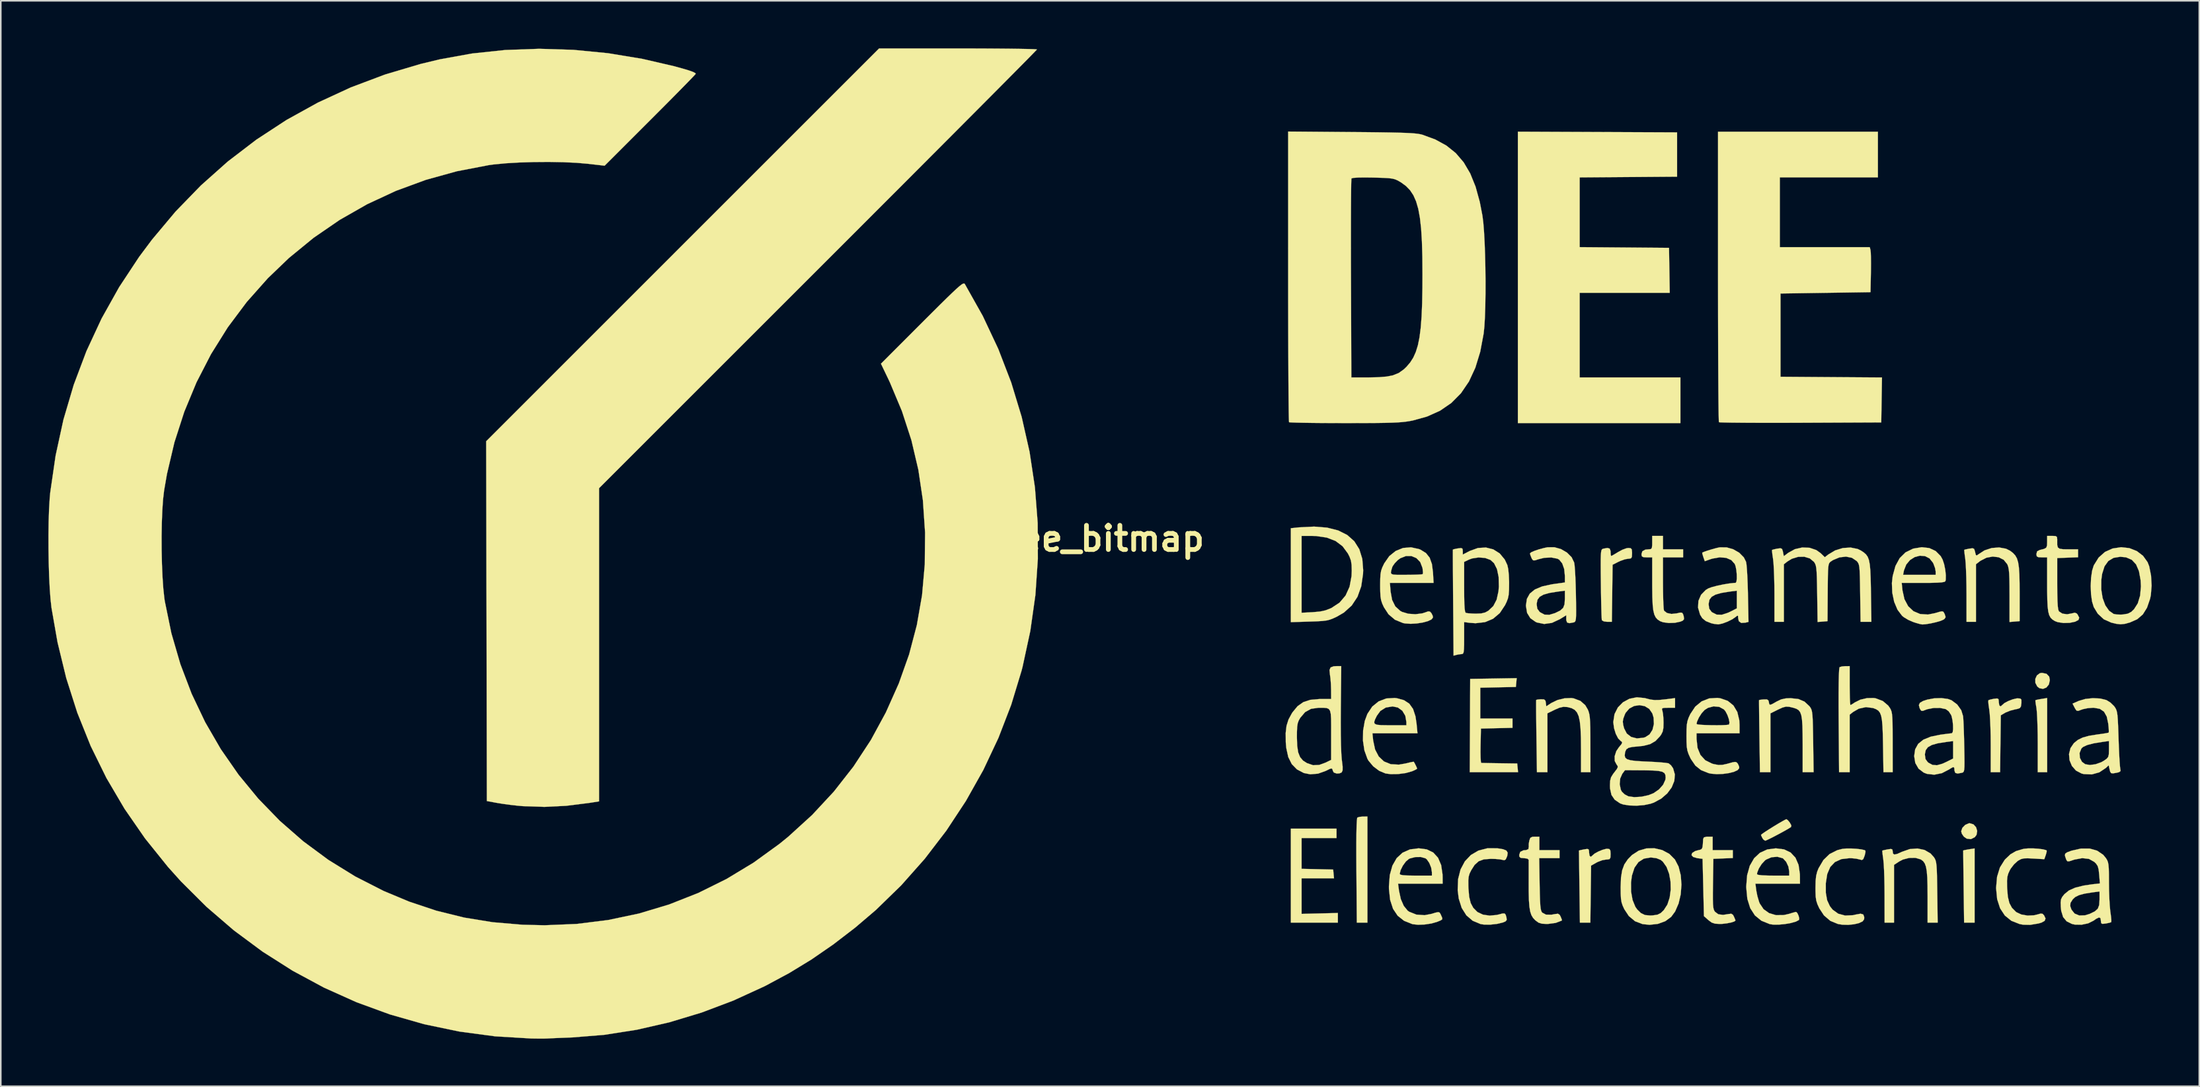
<source format=kicad_pcb>
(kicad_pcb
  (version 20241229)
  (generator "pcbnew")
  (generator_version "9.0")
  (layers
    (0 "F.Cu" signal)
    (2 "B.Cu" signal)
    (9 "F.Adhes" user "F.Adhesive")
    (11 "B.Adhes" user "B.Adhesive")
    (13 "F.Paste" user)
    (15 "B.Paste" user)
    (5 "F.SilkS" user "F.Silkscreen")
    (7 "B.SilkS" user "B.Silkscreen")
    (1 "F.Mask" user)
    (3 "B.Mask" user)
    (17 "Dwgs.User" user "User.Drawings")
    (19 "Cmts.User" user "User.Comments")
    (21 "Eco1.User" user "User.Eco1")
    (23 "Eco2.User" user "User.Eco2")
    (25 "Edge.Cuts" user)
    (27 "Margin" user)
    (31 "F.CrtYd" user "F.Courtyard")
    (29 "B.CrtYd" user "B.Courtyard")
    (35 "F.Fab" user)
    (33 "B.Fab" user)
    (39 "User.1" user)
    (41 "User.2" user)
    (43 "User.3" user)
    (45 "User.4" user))
  (footprint "dee_bitmap"
    (layer "F.Cu")
    (at 66.37 30.908)
    (property "Reference" "dee_bitmap" (at 0 0 0) (layer "F.SilkS") (effects (font (size 1.524 1.524) (thickness 0.3))))
    (attr through_hole)
    (fp_poly (pts (xy 59.566 8.527) (xy 59.733 8.703) (xy 59.775 8.922) (xy 59.714 9.2) (xy 59.558 9.391) (xy 59.347 9.477) (xy 59.122 9.435) (xy 58.983 9.328) (xy 58.862 9.096) (xy 58.86 8.845) (xy 58.96 8.626) (xy 59.146 8.489) (xy 59.278 8.467) (xy 59.566 8.527)) (stroke (width 0.01) (type solid)) (fill yes) (layer "F.SilkS"))
    (fp_poly (pts (xy 16.764 24.215) (xy 16.096 24.215) (xy 16.07 20.934) (xy 16.065 20.005) (xy 16.065 19.22) (xy 16.071 18.583) (xy 16.082 18.099) (xy 16.099 17.772) (xy 16.12 17.609) (xy 16.129 17.591) (xy 16.267 17.547) (xy 16.484 17.527) (xy 16.489 17.527) (xy 16.764 17.526) (xy 16.764 24.215)) (stroke (width 0.01) (type solid)) (fill yes) (layer "F.SilkS"))
    (fp_poly (pts (xy 36.28 -25.612) (xy 36.28 -22.818) (xy 30.141 -22.773) (xy 30.141 -18.375) (xy 32.956 -18.353) (xy 35.772 -18.33) (xy 35.795 -16.912) (xy 35.818 -15.494) (xy 30.141 -15.494) (xy 30.141 -10.16) (xy 36.491 -10.16) (xy 36.491 -7.281) (xy 26.247 -7.281) (xy 26.247 -25.655) (xy 36.28 -25.612)) (stroke (width 0.01) (type solid)) (fill yes) (layer "F.SilkS"))
    (fp_poly (pts (xy 54.962 18.021) (xy 55.125 18.201) (xy 55.196 18.438) (xy 55.155 18.68) (xy 55.048 18.825) (xy 54.799 18.952) (xy 54.536 18.92) (xy 54.356 18.796) (xy 54.229 18.612) (xy 54.187 18.457) (xy 54.26 18.241) (xy 54.44 18.054) (xy 54.667 17.954) (xy 54.724 17.949) (xy 54.962 18.021)) (stroke (width 0.01) (type solid)) (fill yes) (layer "F.SilkS"))
    (fp_poly (pts (xy 55.033 24.215) (xy 54.371 24.215) (xy 54.341 21.95) (xy 54.333 21.349) (xy 54.326 20.807) (xy 54.321 20.346) (xy 54.317 19.988) (xy 54.315 19.754) (xy 54.315 19.668) (xy 54.315 19.668) (xy 54.393 19.645) (xy 54.583 19.609) (xy 54.677 19.593) (xy 55.033 19.536) (xy 55.033 24.215)) (stroke (width 0.01) (type solid)) (fill yes) (layer "F.SilkS"))
    (fp_poly (pts (xy 14.817 18.881) (xy 12.615 18.881) (xy 12.615 20.823) (xy 13.61 20.846) (xy 14.605 20.87) (xy 14.658 21.421) (xy 12.615 21.421) (xy 12.615 22.543) (xy 12.615 23.664) (xy 13.758 23.636) (xy 14.901 23.608) (xy 14.901 24.215) (xy 11.938 24.215) (xy 11.938 18.288) (xy 14.817 18.288) (xy 14.817 18.881)) (stroke (width 0.01) (type solid)) (fill yes) (layer "F.SilkS"))
    (fp_poly (pts (xy 59.605 14.732) (xy 59.013 14.732) (xy 59.013 12.923) (xy 59.009 12.355) (xy 58.997 11.815) (xy 58.98 11.337) (xy 58.959 10.955) (xy 58.933 10.701) (xy 58.928 10.666) (xy 58.885 10.413) (xy 58.864 10.239) (xy 58.867 10.193) (xy 58.958 10.165) (xy 59.157 10.126) (xy 59.249 10.111) (xy 59.605 10.054) (xy 59.605 14.732)) (stroke (width 0.01) (type solid)) (fill yes) (layer "F.SilkS"))
    (fp_poly (pts (xy 43.265 17.759) (xy 43.388 17.913) (xy 43.391 17.918) (xy 43.481 18.084) (xy 43.466 18.179) (xy 43.422 18.215) (xy 43.226 18.334) (xy 42.954 18.487) (xy 42.646 18.654) (xy 42.341 18.814) (xy 42.078 18.946) (xy 41.895 19.031) (xy 41.836 19.05) (xy 41.729 18.984) (xy 41.659 18.886) (xy 41.589 18.739) (xy 41.571 18.683) (xy 41.639 18.623) (xy 41.816 18.5) (xy 42.068 18.337) (xy 42.357 18.156) (xy 42.649 17.979) (xy 42.907 17.829) (xy 43.094 17.727) (xy 43.171 17.695) (xy 43.265 17.759)) (stroke (width 0.01) (type solid)) (fill yes) (layer "F.SilkS"))
    (fp_poly (pts (xy 26.146 9.078) (xy 26.12 9.356) (xy 24.998 9.379) (xy 23.876 9.403) (xy 23.876 11.345) (xy 25.908 11.345) (xy 25.908 11.933) (xy 24.913 11.956) (xy 23.918 11.98) (xy 23.895 13.06) (xy 23.891 13.466) (xy 23.897 13.803) (xy 23.911 14.039) (xy 23.933 14.143) (xy 23.937 14.145) (xy 24.042 14.149) (xy 24.283 14.154) (xy 24.624 14.16) (xy 25.034 14.166) (xy 25.104 14.167) (xy 26.204 14.182) (xy 26.231 14.457) (xy 26.257 14.732) (xy 23.215 14.732) (xy 23.228 11.79) (xy 23.241 8.848) (xy 26.173 8.801) (xy 26.146 9.078)) (stroke (width 0.01) (type solid)) (fill yes) (layer "F.SilkS"))
    (fp_poly (pts (xy 32.012 19.576) (xy 32.074 19.662) (xy 32.089 19.863) (xy 32.089 19.897) (xy 32.079 20.114) (xy 32.024 20.21) (xy 31.884 20.236) (xy 31.814 20.237) (xy 31.565 20.28) (xy 31.281 20.388) (xy 31.2 20.43) (xy 30.861 20.622) (xy 30.838 22.418) (xy 30.815 24.215) (xy 30.156 24.215) (xy 30.126 21.95) (xy 30.118 21.35) (xy 30.111 20.808) (xy 30.105 20.347) (xy 30.101 19.99) (xy 30.098 19.757) (xy 30.097 19.671) (xy 30.097 19.671) (xy 30.172 19.649) (xy 30.356 19.61) (xy 30.416 19.598) (xy 30.623 19.568) (xy 30.712 19.603) (xy 30.734 19.734) (xy 30.734 19.803) (xy 30.765 20) (xy 30.842 20.067) (xy 30.943 19.986) (xy 30.946 19.98) (xy 31.079 19.865) (xy 31.31 19.737) (xy 31.575 19.627) (xy 31.809 19.564) (xy 31.874 19.558) (xy 32.012 19.576)) (stroke (width 0.01) (type solid)) (fill yes) (layer "F.SilkS"))
    (fp_poly (pts (xy 57.915 10.088) (xy 57.983 10.158) (xy 57.985 10.335) (xy 57.981 10.391) (xy 57.952 10.589) (xy 57.877 10.692) (xy 57.706 10.747) (xy 57.586 10.769) (xy 57.283 10.847) (xy 56.999 10.961) (xy 56.951 10.987) (xy 56.684 11.143) (xy 56.661 12.938) (xy 56.639 14.732) (xy 56.049 14.732) (xy 56.049 13.024) (xy 56.045 12.462) (xy 56.031 11.919) (xy 56.011 11.434) (xy 55.986 11.042) (xy 55.956 10.782) (xy 55.955 10.776) (xy 55.913 10.493) (xy 55.894 10.282) (xy 55.902 10.194) (xy 56.006 10.155) (xy 56.207 10.11) (xy 56.251 10.103) (xy 56.452 10.08) (xy 56.538 10.123) (xy 56.557 10.267) (xy 56.557 10.318) (xy 56.588 10.516) (xy 56.665 10.585) (xy 56.766 10.504) (xy 56.77 10.497) (xy 56.91 10.375) (xy 57.151 10.246) (xy 57.429 10.139) (xy 57.681 10.079) (xy 57.744 10.075) (xy 57.915 10.088)) (stroke (width 0.01) (type solid)) (fill yes) (layer "F.SilkS"))
    (fp_poly (pts (xy 48.937 -22.775) (xy 42.757 -22.775) (xy 42.757 -18.373) (xy 48.426 -18.373) (xy 48.473 -18.182) (xy 48.488 -18.031) (xy 48.498 -17.747) (xy 48.502 -17.367) (xy 48.499 -16.925) (xy 48.496 -16.764) (xy 48.472 -15.536) (xy 45.635 -15.494) (xy 42.799 -15.452) (xy 42.799 -10.202) (xy 45.997 -10.18) (xy 49.195 -10.158) (xy 49.172 -8.741) (xy 49.149 -7.324) (xy 44.063 -7.302) (xy 43.15 -7.299) (xy 42.288 -7.298) (xy 41.491 -7.299) (xy 40.775 -7.301) (xy 40.154 -7.306) (xy 39.643 -7.311) (xy 39.257 -7.319) (xy 39.011 -7.327) (xy 38.919 -7.337) (xy 38.911 -7.428) (xy 38.904 -7.677) (xy 38.897 -8.073) (xy 38.89 -8.606) (xy 38.884 -9.264) (xy 38.879 -10.036) (xy 38.874 -10.911) (xy 38.87 -11.879) (xy 38.867 -12.928) (xy 38.864 -14.047) (xy 38.863 -15.226) (xy 38.862 -16.453) (xy 38.862 -16.524) (xy 38.862 -25.654) (xy 48.937 -25.654) (xy 48.937 -22.775)) (stroke (width 0.01) (type solid)) (fill yes) (layer "F.SilkS"))
    (fp_poly (pts (xy -8.138 -30.902) (xy -7.29 -30.899) (xy -6.51 -30.894) (xy -5.811 -30.888) (xy -5.209 -30.88) (xy -4.719 -30.871) (xy -4.355 -30.861) (xy -4.132 -30.85) (xy -4.064 -30.84) (xy -4.123 -30.775) (xy -4.297 -30.596) (xy -4.579 -30.307) (xy -4.966 -29.915) (xy -5.451 -29.425) (xy -6.03 -28.841) (xy -6.697 -28.169) (xy -7.447 -27.415) (xy -8.274 -26.584) (xy -9.173 -25.681) (xy -10.14 -24.711) (xy -11.168 -23.68) (xy -12.252 -22.593) (xy -13.388 -21.456) (xy -14.57 -20.273) (xy -15.792 -19.049) (xy -17.049 -17.792) (xy -17.865 -16.976) (xy -31.665 -3.175) (xy -31.665 16.571) (xy -32.279 16.668) (xy -33.736 16.85) (xy -35.111 16.917) (xy -36.447 16.873) (xy -36.83 16.839) (xy -37.263 16.79) (xy -37.725 16.727) (xy -38.121 16.663) (xy -38.142 16.659) (xy -38.735 16.55) (xy -38.756 5.207) (xy -38.778 -6.136) (xy -26.396 -18.52) (xy -14.013 -30.903) (xy -9.039 -30.903) (xy -8.138 -30.902)) (stroke (width 0.01) (type solid)) (fill yes) (layer "F.SilkS"))
    (fp_poly (pts (xy 32.033 0.633) (xy 32.086 0.778) (xy 32.089 0.847) (xy 32.1 1.025) (xy 32.128 1.101) (xy 32.128 1.101) (xy 32.215 1.059) (xy 32.399 0.951) (xy 32.568 0.847) (xy 32.837 0.703) (xy 33.09 0.611) (xy 33.206 0.593) (xy 33.358 0.608) (xy 33.426 0.685) (xy 33.443 0.873) (xy 33.443 0.931) (xy 33.433 1.149) (xy 33.379 1.245) (xy 33.247 1.27) (xy 33.207 1.27) (xy 32.99 1.308) (xy 32.714 1.405) (xy 32.593 1.46) (xy 32.216 1.651) (xy 32.193 3.45) (xy 32.17 5.249) (xy 31.873 5.249) (xy 31.665 5.222) (xy 31.545 5.156) (xy 31.539 5.144) (xy 31.529 5.033) (xy 31.517 4.777) (xy 31.506 4.399) (xy 31.495 3.924) (xy 31.485 3.374) (xy 31.479 2.862) (xy 31.471 2.199) (xy 31.468 1.686) (xy 31.469 1.303) (xy 31.477 1.031) (xy 31.492 0.849) (xy 31.515 0.738) (xy 31.549 0.678) (xy 31.594 0.649) (xy 31.623 0.64) (xy 31.888 0.591) (xy 32.033 0.633)) (stroke (width 0.01) (type solid)) (fill yes) (layer "F.SilkS"))
    (fp_poly (pts (xy 14.22 -0.69) (xy 14.917 -0.514) (xy 15.49 -0.227) (xy 15.936 0.169) (xy 16.253 0.672) (xy 16.441 1.282) (xy 16.497 1.997) (xy 16.487 2.239) (xy 16.373 3.013) (xy 16.137 3.672) (xy 15.775 4.22) (xy 15.286 4.662) (xy 14.832 4.927) (xy 14.594 5.037) (xy 14.39 5.114) (xy 14.179 5.165) (xy 13.92 5.197) (xy 13.574 5.218) (xy 13.102 5.234) (xy 11.938 5.269) (xy 11.938 -0.169) (xy 12.615 -0.169) (xy 12.615 4.678) (xy 13.323 4.641) (xy 13.77 4.601) (xy 14.12 4.526) (xy 14.447 4.399) (xy 14.505 4.372) (xy 15.01 4.037) (xy 15.388 3.591) (xy 15.64 3.034) (xy 15.763 2.366) (xy 15.777 2.029) (xy 15.767 1.661) (xy 15.726 1.389) (xy 15.636 1.142) (xy 15.531 0.937) (xy 15.199 0.485) (xy 14.757 0.152) (xy 14.201 -0.062) (xy 13.525 -0.161) (xy 13.237 -0.169) (xy 12.615 -0.169) (xy 11.938 -0.169) (xy 11.938 -0.653) (xy 12.458 -0.708) (xy 13.4 -0.755) (xy 14.22 -0.69)) (stroke (width 0.01) (type solid)) (fill yes) (layer "F.SilkS"))
    (fp_poly (pts (xy 38.523 19.643) (xy 39.793 19.643) (xy 39.793 20.143) (xy 38.566 20.193) (xy 38.543 21.769) (xy 38.536 22.33) (xy 38.536 22.748) (xy 38.544 23.046) (xy 38.562 23.252) (xy 38.593 23.39) (xy 38.638 23.485) (xy 38.673 23.534) (xy 38.881 23.688) (xy 39.177 23.728) (xy 39.503 23.677) (xy 39.696 23.653) (xy 39.804 23.725) (xy 39.863 23.834) (xy 39.935 24.002) (xy 39.963 24.083) (xy 39.886 24.144) (xy 39.69 24.207) (xy 39.424 24.26) (xy 39.135 24.293) (xy 38.978 24.299) (xy 38.677 24.282) (xy 38.466 24.213) (xy 38.265 24.066) (xy 38.25 24.052) (xy 37.973 23.806) (xy 37.931 21.999) (xy 37.888 20.193) (xy 37.556 20.151) (xy 37.298 20.077) (xy 37.19 19.959) (xy 37.23 19.826) (xy 37.415 19.706) (xy 37.602 19.652) (xy 37.747 19.619) (xy 37.834 19.569) (xy 37.881 19.465) (xy 37.905 19.267) (xy 37.923 18.944) (xy 37.975 18.839) (xy 38.143 18.798) (xy 38.227 18.796) (xy 38.523 18.796) (xy 38.523 19.643)) (stroke (width 0.01) (type solid)) (fill yes) (layer "F.SilkS"))
    (fp_poly (pts (xy 29.767 10.077) (xy 30.189 10.236) (xy 30.495 10.508) (xy 30.655 10.78) (xy 30.709 10.918) (xy 30.75 11.074) (xy 30.779 11.275) (xy 30.798 11.546) (xy 30.81 11.914) (xy 30.815 12.404) (xy 30.817 12.933) (xy 30.819 14.732) (xy 30.226 14.732) (xy 30.226 13.304) (xy 30.22 12.571) (xy 30.197 11.987) (xy 30.152 11.537) (xy 30.079 11.2) (xy 29.971 10.959) (xy 29.823 10.795) (xy 29.628 10.691) (xy 29.382 10.627) (xy 29.354 10.622) (xy 29.112 10.609) (xy 28.86 10.667) (xy 28.571 10.793) (xy 28.109 11.019) (xy 28.109 14.732) (xy 27.448 14.732) (xy 27.416 12.467) (xy 27.408 11.866) (xy 27.402 11.323) (xy 27.398 10.859) (xy 27.397 10.498) (xy 27.398 10.262) (xy 27.402 10.173) (xy 27.402 10.173) (xy 27.489 10.15) (xy 27.679 10.132) (xy 27.701 10.131) (xy 27.897 10.14) (xy 27.983 10.219) (xy 28.009 10.348) (xy 28.035 10.579) (xy 28.35 10.37) (xy 28.741 10.181) (xy 29.19 10.071) (xy 29.621 10.054) (xy 29.767 10.077)) (stroke (width 0.01) (type solid)) (fill yes) (layer "F.SilkS"))
    (fp_poly (pts (xy 35.391 0.677) (xy 36.661 0.677) (xy 36.661 1.185) (xy 35.391 1.185) (xy 35.392 2.815) (xy 35.396 3.328) (xy 35.405 3.785) (xy 35.419 4.159) (xy 35.436 4.421) (xy 35.457 4.544) (xy 35.458 4.547) (xy 35.642 4.692) (xy 35.928 4.752) (xy 36.257 4.717) (xy 36.486 4.665) (xy 36.604 4.68) (xy 36.666 4.785) (xy 36.703 4.921) (xy 36.719 5.081) (xy 36.639 5.175) (xy 36.485 5.239) (xy 36.138 5.312) (xy 35.751 5.324) (xy 35.399 5.276) (xy 35.211 5.207) (xy 35.054 5.103) (xy 34.933 4.969) (xy 34.844 4.784) (xy 34.782 4.524) (xy 34.743 4.169) (xy 34.722 3.696) (xy 34.714 3.084) (xy 34.713 2.845) (xy 34.713 1.185) (xy 34.375 1.185) (xy 34.156 1.173) (xy 34.059 1.119) (xy 34.036 0.993) (xy 34.036 0.983) (xy 34.094 0.796) (xy 34.278 0.698) (xy 34.509 0.677) (xy 34.63 0.663) (xy 34.691 0.59) (xy 34.712 0.415) (xy 34.713 0.254) (xy 34.713 -0.169) (xy 35.391 -0.169) (xy 35.391 0.677)) (stroke (width 0.01) (type solid)) (fill yes) (layer "F.SilkS"))
    (fp_poly (pts (xy 51.88 19.635) (xy 52.256 19.855) (xy 52.468 20.091) (xy 52.528 20.187) (xy 52.574 20.294) (xy 52.608 20.434) (xy 52.633 20.632) (xy 52.65 20.911) (xy 52.663 21.294) (xy 52.672 21.805) (xy 52.679 22.289) (xy 52.705 24.215) (xy 52.388 24.215) (xy 52.07 24.215) (xy 52.07 22.561) (xy 52.066 21.892) (xy 52.05 21.371) (xy 52.018 20.977) (xy 51.967 20.688) (xy 51.892 20.483) (xy 51.79 20.341) (xy 51.656 20.24) (xy 51.633 20.227) (xy 51.301 20.13) (xy 50.906 20.136) (xy 50.513 20.238) (xy 50.29 20.354) (xy 49.953 20.576) (xy 49.953 24.215) (xy 49.361 24.215) (xy 49.359 22.5) (xy 49.354 21.936) (xy 49.343 21.392) (xy 49.326 20.904) (xy 49.304 20.509) (xy 49.279 20.246) (xy 49.278 20.239) (xy 49.24 19.957) (xy 49.218 19.754) (xy 49.216 19.675) (xy 49.302 19.65) (xy 49.493 19.61) (xy 49.551 19.598) (xy 49.758 19.57) (xy 49.849 19.602) (xy 49.869 19.71) (xy 49.869 19.713) (xy 49.892 19.866) (xy 49.98 19.922) (xy 50.158 19.883) (xy 50.45 19.752) (xy 50.946 19.578) (xy 51.433 19.541) (xy 51.88 19.635)) (stroke (width 0.01) (type solid)) (fill yes) (layer "F.SilkS"))
    (fp_poly (pts (xy 57.009 0.639) (xy 57.269 0.768) (xy 57.452 0.908) (xy 57.594 1.062) (xy 57.701 1.251) (xy 57.776 1.499) (xy 57.825 1.829) (xy 57.854 2.263) (xy 57.867 2.824) (xy 57.87 3.426) (xy 57.87 5.207) (xy 57.552 5.233) (xy 57.235 5.26) (xy 57.235 3.582) (xy 57.233 2.987) (xy 57.225 2.535) (xy 57.211 2.201) (xy 57.187 1.959) (xy 57.153 1.784) (xy 57.106 1.649) (xy 57.086 1.609) (xy 56.865 1.338) (xy 56.549 1.179) (xy 56.175 1.134) (xy 55.78 1.207) (xy 55.4 1.402) (xy 55.341 1.446) (xy 55.118 1.621) (xy 55.118 5.249) (xy 54.525 5.249) (xy 54.524 3.535) (xy 54.519 2.971) (xy 54.508 2.426) (xy 54.49 1.938) (xy 54.469 1.544) (xy 54.444 1.28) (xy 54.443 1.273) (xy 54.405 0.992) (xy 54.383 0.789) (xy 54.381 0.709) (xy 54.467 0.684) (xy 54.657 0.644) (xy 54.704 0.635) (xy 54.908 0.609) (xy 55.005 0.655) (xy 55.056 0.811) (xy 55.064 0.852) (xy 55.11 1.031) (xy 55.168 1.067) (xy 55.267 0.997) (xy 55.659 0.744) (xy 56.111 0.596) (xy 56.577 0.56) (xy 57.009 0.639)) (stroke (width 0.01) (type solid)) (fill yes) (layer "F.SilkS"))
    (fp_poly (pts (xy 24.958 19.529) (xy 24.964 19.53) (xy 25.318 19.589) (xy 25.524 19.674) (xy 25.604 19.805) (xy 25.579 19.999) (xy 25.563 20.048) (xy 25.48 20.232) (xy 25.385 20.283) (xy 25.285 20.259) (xy 25.108 20.225) (xy 24.826 20.201) (xy 24.538 20.193) (xy 24.1 20.227) (xy 23.776 20.345) (xy 23.52 20.575) (xy 23.301 20.919) (xy 23.203 21.122) (xy 23.146 21.315) (xy 23.123 21.55) (xy 23.125 21.88) (xy 23.131 22.059) (xy 23.177 22.586) (xy 23.274 22.983) (xy 23.436 23.285) (xy 23.676 23.527) (xy 23.714 23.556) (xy 24.048 23.713) (xy 24.468 23.774) (xy 24.917 23.732) (xy 25.021 23.706) (xy 25.272 23.641) (xy 25.407 23.637) (xy 25.476 23.713) (xy 25.526 23.885) (xy 25.527 23.887) (xy 25.544 24.045) (xy 25.464 24.14) (xy 25.306 24.205) (xy 24.941 24.294) (xy 24.52 24.341) (xy 24.122 24.34) (xy 23.896 24.306) (xy 23.399 24.098) (xy 23.001 23.757) (xy 22.706 23.289) (xy 22.52 22.701) (xy 22.453 22.171) (xy 22.479 21.473) (xy 22.634 20.863) (xy 22.906 20.351) (xy 23.286 19.951) (xy 23.762 19.672) (xy 24.323 19.528) (xy 24.958 19.529)) (stroke (width 0.01) (type solid)) (fill yes) (layer "F.SilkS"))
    (fp_poly (pts (xy 43.929 10.117) (xy 44.312 10.281) (xy 44.621 10.569) (xy 44.653 10.61) (xy 44.71 10.697) (xy 44.754 10.798) (xy 44.787 10.936) (xy 44.811 11.135) (xy 44.829 11.418) (xy 44.841 11.807) (xy 44.851 12.326) (xy 44.858 12.791) (xy 44.885 14.732) (xy 44.196 14.732) (xy 44.196 12.992) (xy 44.193 12.328) (xy 44.181 11.812) (xy 44.155 11.424) (xy 44.11 11.143) (xy 44.04 10.948) (xy 43.941 10.819) (xy 43.807 10.735) (xy 43.633 10.675) (xy 43.624 10.672) (xy 43.35 10.607) (xy 43.141 10.597) (xy 42.928 10.653) (xy 42.643 10.783) (xy 42.604 10.803) (xy 42.164 11.022) (xy 42.164 14.732) (xy 41.503 14.732) (xy 41.471 12.467) (xy 41.462 11.867) (xy 41.455 11.325) (xy 41.45 10.863) (xy 41.446 10.504) (xy 41.445 10.271) (xy 41.446 10.184) (xy 41.446 10.184) (xy 41.525 10.165) (xy 41.711 10.144) (xy 41.745 10.141) (xy 41.948 10.143) (xy 42.039 10.21) (xy 42.064 10.308) (xy 42.088 10.434) (xy 42.137 10.482) (xy 42.248 10.449) (xy 42.457 10.334) (xy 42.549 10.28) (xy 42.84 10.14) (xy 43.14 10.076) (xy 43.438 10.064) (xy 43.929 10.117)) (stroke (width 0.01) (type solid)) (fill yes) (layer "F.SilkS"))
    (fp_poly (pts (xy 47.159 9.271) (xy 47.162 9.705) (xy 47.17 10.072) (xy 47.183 10.341) (xy 47.198 10.484) (xy 47.205 10.499) (xy 47.298 10.454) (xy 47.463 10.345) (xy 47.48 10.332) (xy 47.831 10.158) (xy 48.257 10.059) (xy 48.675 10.052) (xy 48.792 10.071) (xy 49.246 10.242) (xy 49.586 10.529) (xy 49.703 10.694) (xy 49.757 10.795) (xy 49.798 10.914) (xy 49.828 11.075) (xy 49.847 11.3) (xy 49.86 11.615) (xy 49.866 12.043) (xy 49.868 12.608) (xy 49.868 12.848) (xy 49.869 14.732) (xy 49.288 14.732) (xy 49.261 13.018) (xy 49.248 12.356) (xy 49.227 11.843) (xy 49.194 11.456) (xy 49.143 11.175) (xy 49.067 10.979) (xy 48.962 10.847) (xy 48.821 10.757) (xy 48.638 10.687) (xy 48.627 10.684) (xy 48.182 10.627) (xy 47.736 10.725) (xy 47.382 10.928) (xy 47.159 11.104) (xy 47.159 14.732) (xy 46.491 14.732) (xy 46.465 11.451) (xy 46.46 10.522) (xy 46.461 9.737) (xy 46.467 9.1) (xy 46.478 8.616) (xy 46.494 8.29) (xy 46.515 8.126) (xy 46.524 8.108) (xy 46.663 8.064) (xy 46.879 8.045) (xy 46.884 8.045) (xy 47.159 8.043) (xy 47.159 9.271)) (stroke (width 0.01) (type solid)) (fill yes) (layer "F.SilkS"))
    (fp_poly (pts (xy 47.591 19.561) (xy 47.885 19.596) (xy 48.092 19.643) (xy 48.15 19.674) (xy 48.154 19.774) (xy 48.109 19.966) (xy 48.094 20.014) (xy 48.018 20.206) (xy 47.933 20.268) (xy 47.792 20.234) (xy 47.784 20.231) (xy 47.571 20.183) (xy 47.281 20.154) (xy 47.151 20.151) (xy 46.635 20.211) (xy 46.231 20.395) (xy 45.935 20.707) (xy 45.745 21.149) (xy 45.655 21.726) (xy 45.654 21.743) (xy 45.655 22.334) (xy 45.738 22.803) (xy 45.913 23.181) (xy 46.085 23.399) (xy 46.436 23.653) (xy 46.871 23.77) (xy 47.366 23.747) (xy 47.552 23.704) (xy 47.847 23.652) (xy 48.017 23.704) (xy 48.077 23.869) (xy 48.07 24.003) (xy 47.974 24.136) (xy 47.749 24.244) (xy 47.434 24.319) (xy 47.069 24.356) (xy 46.692 24.346) (xy 46.417 24.301) (xy 45.938 24.103) (xy 45.538 23.76) (xy 45.242 23.309) (xy 45.125 23.052) (xy 45.053 22.825) (xy 45.016 22.572) (xy 45.004 22.236) (xy 45.003 22.013) (xy 45.013 21.582) (xy 45.046 21.264) (xy 45.111 21.004) (xy 45.198 20.787) (xy 45.505 20.266) (xy 45.894 19.89) (xy 46.377 19.648) (xy 46.697 19.566) (xy 46.946 19.542) (xy 47.261 19.541) (xy 47.591 19.561)) (stroke (width 0.01) (type solid)) (fill yes) (layer "F.SilkS"))
    (fp_poly (pts (xy 60.135 -0.16) (xy 60.224 -0.098) (xy 60.241 0.066) (xy 60.239 0.148) (xy 60.24 0.407) (xy 60.282 0.564) (xy 60.398 0.644) (xy 60.621 0.673) (xy 60.927 0.677) (xy 61.553 0.677) (xy 61.553 1.178) (xy 60.897 1.203) (xy 60.24 1.228) (xy 60.24 2.845) (xy 60.244 3.465) (xy 60.255 3.933) (xy 60.275 4.265) (xy 60.305 4.478) (xy 60.345 4.587) (xy 60.349 4.592) (xy 60.564 4.731) (xy 60.862 4.773) (xy 61.156 4.719) (xy 61.35 4.674) (xy 61.47 4.724) (xy 61.523 4.787) (xy 61.626 4.989) (xy 61.578 5.132) (xy 61.371 5.241) (xy 61.02 5.314) (xy 60.629 5.323) (xy 60.272 5.269) (xy 60.093 5.201) (xy 59.939 5.104) (xy 59.821 4.987) (xy 59.734 4.826) (xy 59.674 4.6) (xy 59.636 4.286) (xy 59.615 3.861) (xy 59.606 3.303) (xy 59.605 2.883) (xy 59.605 1.185) (xy 59.267 1.185) (xy 59.048 1.174) (xy 58.951 1.119) (xy 58.928 0.992) (xy 58.928 0.975) (xy 58.973 0.805) (xy 59.136 0.72) (xy 59.161 0.714) (xy 59.418 0.65) (xy 59.55 0.572) (xy 59.598 0.433) (xy 59.605 0.214) (xy 59.605 -0.169) (xy 59.926 -0.169) (xy 60.135 -0.16)) (stroke (width 0.01) (type solid)) (fill yes) (layer "F.SilkS"))
    (fp_poly (pts (xy 27.601 19.643) (xy 28.871 19.643) (xy 28.871 20.151) (xy 27.591 20.151) (xy 27.617 21.799) (xy 27.629 22.383) (xy 27.643 22.821) (xy 27.661 23.135) (xy 27.687 23.35) (xy 27.722 23.487) (xy 27.768 23.569) (xy 27.782 23.585) (xy 28.017 23.711) (xy 28.36 23.718) (xy 28.581 23.677) (xy 28.773 23.653) (xy 28.883 23.726) (xy 28.944 23.841) (xy 29.01 24.006) (xy 29.023 24.081) (xy 28.63 24.234) (xy 28.144 24.298) (xy 28.064 24.299) (xy 27.76 24.283) (xy 27.549 24.217) (xy 27.357 24.078) (xy 27.344 24.067) (xy 27.204 23.918) (xy 27.098 23.741) (xy 27.022 23.51) (xy 26.972 23.202) (xy 26.942 22.791) (xy 26.929 22.254) (xy 26.928 21.759) (xy 26.929 21.285) (xy 26.929 20.866) (xy 26.929 20.534) (xy 26.928 20.319) (xy 26.928 20.256) (xy 26.848 20.181) (xy 26.641 20.151) (xy 26.628 20.151) (xy 26.427 20.134) (xy 26.345 20.063) (xy 26.331 19.948) (xy 26.397 19.753) (xy 26.598 19.656) (xy 26.762 19.643) (xy 26.908 19.583) (xy 26.937 19.402) (xy 26.93 19.355) (xy 26.936 19.224) (xy 26.969 19.038) (xy 27.031 18.871) (xy 27.155 18.805) (xy 27.312 18.796) (xy 27.601 18.796) (xy 27.601 19.643)) (stroke (width 0.01) (type solid)) (fill yes) (layer "F.SilkS"))
    (fp_poly (pts (xy 58.723 19.535) (xy 59.049 19.556) (xy 59.336 19.593) (xy 59.531 19.643) (xy 59.575 19.669) (xy 59.572 19.761) (xy 59.521 19.943) (xy 59.516 19.958) (xy 59.426 20.216) (xy 58.733 20.175) (xy 58.376 20.159) (xy 58.137 20.167) (xy 57.963 20.209) (xy 57.804 20.293) (xy 57.743 20.333) (xy 57.521 20.535) (xy 57.312 20.806) (xy 57.25 20.913) (xy 57.154 21.122) (xy 57.098 21.324) (xy 57.076 21.57) (xy 57.079 21.914) (xy 57.084 22.059) (xy 57.128 22.585) (xy 57.224 22.98) (xy 57.385 23.282) (xy 57.625 23.524) (xy 57.669 23.559) (xy 57.978 23.704) (xy 58.37 23.771) (xy 58.775 23.753) (xy 58.974 23.705) (xy 59.19 23.646) (xy 59.313 23.659) (xy 59.406 23.752) (xy 59.41 23.757) (xy 59.503 23.954) (xy 59.448 24.104) (xy 59.237 24.219) (xy 59.054 24.27) (xy 58.536 24.356) (xy 58.094 24.347) (xy 57.87 24.305) (xy 57.349 24.1) (xy 56.938 23.767) (xy 56.639 23.312) (xy 56.454 22.739) (xy 56.388 22.053) (xy 56.388 22.015) (xy 56.449 21.324) (xy 56.629 20.736) (xy 56.926 20.262) (xy 56.958 20.225) (xy 57.291 19.909) (xy 57.64 19.706) (xy 58.075 19.576) (xy 58.16 19.559) (xy 58.409 19.535) (xy 58.723 19.535)) (stroke (width 0.01) (type solid)) (fill yes) (layer "F.SilkS"))
    (fp_poly (pts (xy 64.788 0.603) (xy 65.257 0.789) (xy 65.648 1.088) (xy 65.934 1.486) (xy 66.038 1.751) (xy 66.154 2.337) (xy 66.189 2.968) (xy 66.14 3.568) (xy 66.092 3.798) (xy 65.899 4.36) (xy 65.635 4.783) (xy 65.283 5.085) (xy 64.826 5.288) (xy 64.818 5.291) (xy 64.493 5.378) (xy 64.231 5.405) (xy 63.956 5.374) (xy 63.644 5.298) (xy 63.175 5.088) (xy 62.795 4.735) (xy 62.542 4.318) (xy 62.435 3.967) (xy 62.371 3.507) (xy 62.359 3.211) (xy 63.015 3.211) (xy 63.101 3.752) (xy 63.269 4.207) (xy 63.509 4.551) (xy 63.789 4.749) (xy 63.976 4.786) (xy 64.249 4.794) (xy 64.389 4.786) (xy 64.689 4.735) (xy 64.905 4.622) (xy 65.079 4.458) (xy 65.317 4.085) (xy 65.465 3.595) (xy 65.516 3.016) (xy 65.496 2.627) (xy 65.392 2.055) (xy 65.209 1.628) (xy 64.94 1.34) (xy 64.578 1.183) (xy 64.215 1.147) (xy 63.789 1.216) (xy 63.459 1.416) (xy 63.22 1.751) (xy 63.07 2.227) (xy 63.018 2.61) (xy 63.015 3.211) (xy 62.359 3.211) (xy 62.35 2.994) (xy 62.373 2.482) (xy 62.439 2.026) (xy 62.542 1.693) (xy 62.851 1.196) (xy 63.254 0.839) (xy 63.73 0.626) (xy 64.269 0.544) (xy 64.788 0.603)) (stroke (width 0.01) (type solid)) (fill yes) (layer "F.SilkS"))
    (fp_poly (pts (xy 18.625 10.068) (xy 19.068 10.19) (xy 19.403 10.41) (xy 19.64 10.743) (xy 19.792 11.206) (xy 19.86 11.663) (xy 19.919 12.277) (xy 17.079 12.277) (xy 17.126 12.732) (xy 17.248 13.301) (xy 17.479 13.744) (xy 17.81 14.054) (xy 18.235 14.226) (xy 18.744 14.254) (xy 19.157 14.183) (xy 19.425 14.118) (xy 19.617 14.079) (xy 19.686 14.074) (xy 19.747 14.177) (xy 19.827 14.336) (xy 19.887 14.472) (xy 19.897 14.506) (xy 19.826 14.558) (xy 19.649 14.642) (xy 19.57 14.675) (xy 19.171 14.786) (xy 18.698 14.848) (xy 18.231 14.854) (xy 17.903 14.81) (xy 17.505 14.643) (xy 17.128 14.358) (xy 16.83 14.001) (xy 16.765 13.887) (xy 16.574 13.357) (xy 16.483 12.745) (xy 16.492 12.106) (xy 16.585 11.576) (xy 17.19 11.576) (xy 17.223 11.68) (xy 17.361 11.738) (xy 17.622 11.763) (xy 18.026 11.769) (xy 18.203 11.769) (xy 19.219 11.769) (xy 19.219 11.563) (xy 19.151 11.17) (xy 18.964 10.857) (xy 18.682 10.652) (xy 18.352 10.583) (xy 17.92 10.655) (xy 17.579 10.869) (xy 17.357 11.174) (xy 17.241 11.412) (xy 17.19 11.576) (xy 16.585 11.576) (xy 16.599 11.495) (xy 16.761 11.056) (xy 17.068 10.594) (xy 17.471 10.266) (xy 17.95 10.082) (xy 18.486 10.05) (xy 18.625 10.068)) (stroke (width 0.01) (type solid)) (fill yes) (layer "F.SilkS"))
    (fp_poly (pts (xy 35.348 19.643) (xy 35.791 19.882) (xy 36.144 20.237) (xy 36.376 20.685) (xy 36.512 21.228) (xy 36.556 21.823) (xy 36.51 22.43) (xy 36.377 23.006) (xy 36.159 23.51) (xy 35.907 23.854) (xy 35.537 24.125) (xy 35.068 24.295) (xy 34.546 24.353) (xy 34.104 24.308) (xy 33.63 24.127) (xy 33.239 23.8) (xy 32.954 23.368) (xy 32.85 23.143) (xy 32.783 22.939) (xy 32.745 22.709) (xy 32.728 22.406) (xy 32.724 21.982) (xy 32.724 21.971) (xy 32.735 21.676) (xy 33.378 21.676) (xy 33.382 22.262) (xy 33.475 22.788) (xy 33.649 23.215) (xy 33.764 23.381) (xy 34.003 23.616) (xy 34.258 23.737) (xy 34.587 23.767) (xy 34.75 23.759) (xy 35.041 23.716) (xy 35.25 23.613) (xy 35.441 23.431) (xy 35.669 23.078) (xy 35.814 22.634) (xy 35.88 22.136) (xy 35.867 21.623) (xy 35.779 21.133) (xy 35.617 20.704) (xy 35.385 20.373) (xy 35.245 20.258) (xy 34.978 20.152) (xy 34.636 20.108) (xy 34.617 20.108) (xy 34.189 20.181) (xy 33.847 20.398) (xy 33.595 20.755) (xy 33.435 21.249) (xy 33.378 21.676) (xy 32.735 21.676) (xy 32.745 21.38) (xy 32.819 20.917) (xy 32.959 20.542) (xy 33.179 20.218) (xy 33.438 19.954) (xy 33.862 19.678) (xy 34.346 19.537) (xy 34.854 19.526) (xy 35.348 19.643)) (stroke (width 0.01) (type solid)) (fill yes) (layer "F.SilkS"))
    (fp_poly (pts (xy 20.504 19.597) (xy 20.912 19.796) (xy 21.215 20.126) (xy 21.411 20.586) (xy 21.498 21.175) (xy 21.503 21.357) (xy 21.505 21.759) (xy 18.695 21.759) (xy 18.754 22.204) (xy 18.869 22.733) (xy 19.055 23.16) (xy 19.298 23.459) (xy 19.392 23.527) (xy 19.853 23.711) (xy 20.367 23.747) (xy 20.786 23.667) (xy 21.065 23.584) (xy 21.225 23.553) (xy 21.311 23.579) (xy 21.369 23.669) (xy 21.407 23.753) (xy 21.478 23.915) (xy 21.479 24.006) (xy 21.382 24.074) (xy 21.16 24.165) (xy 20.801 24.269) (xy 20.376 24.333) (xy 19.959 24.35) (xy 19.621 24.315) (xy 19.6 24.31) (xy 19.077 24.102) (xy 18.671 23.782) (xy 18.378 23.344) (xy 18.196 22.783) (xy 18.121 22.094) (xy 18.119 21.929) (xy 18.174 21.215) (xy 18.193 21.145) (xy 18.798 21.145) (xy 18.844 21.193) (xy 18.997 21.225) (xy 19.277 21.244) (xy 19.703 21.251) (xy 19.812 21.251) (xy 20.828 21.251) (xy 20.828 21.037) (xy 20.782 20.747) (xy 20.665 20.456) (xy 20.509 20.229) (xy 20.417 20.157) (xy 20.128 20.078) (xy 19.776 20.083) (xy 19.44 20.17) (xy 19.378 20.199) (xy 19.186 20.362) (xy 18.997 20.622) (xy 18.854 20.909) (xy 18.798 21.145) (xy 18.193 21.145) (xy 18.339 20.62) (xy 18.608 20.149) (xy 18.978 19.807) (xy 19.445 19.599) (xy 19.992 19.53) (xy 20.504 19.597)) (stroke (width 0.01) (type solid)) (fill yes) (layer "F.SilkS"))
    (fp_poly (pts (xy 43.022 19.597) (xy 43.436 19.795) (xy 43.741 20.121) (xy 43.937 20.574) (xy 44.02 21.151) (xy 44.023 21.273) (xy 44.027 21.759) (xy 41.217 21.759) (xy 41.275 22.204) (xy 41.343 22.547) (xy 41.445 22.891) (xy 41.489 23.006) (xy 41.733 23.369) (xy 42.084 23.618) (xy 42.516 23.745) (xy 43.004 23.739) (xy 43.307 23.67) (xy 43.555 23.596) (xy 43.731 23.548) (xy 43.78 23.538) (xy 43.857 23.608) (xy 43.933 23.767) (xy 43.979 23.939) (xy 43.968 24.046) (xy 43.967 24.047) (xy 43.767 24.152) (xy 43.451 24.241) (xy 43.07 24.307) (xy 42.677 24.343) (xy 42.325 24.34) (xy 42.122 24.309) (xy 41.596 24.096) (xy 41.186 23.761) (xy 40.891 23.302) (xy 40.709 22.719) (xy 40.641 22.01) (xy 40.64 21.929) (xy 40.697 21.224) (xy 40.714 21.164) (xy 41.317 21.164) (xy 41.4 21.204) (xy 41.638 21.233) (xy 42.019 21.248) (xy 42.333 21.251) (xy 43.349 21.251) (xy 43.349 20.993) (xy 43.296 20.68) (xy 43.158 20.386) (xy 42.971 20.178) (xy 42.931 20.153) (xy 42.6 20.063) (xy 42.232 20.094) (xy 41.896 20.238) (xy 41.82 20.295) (xy 41.61 20.523) (xy 41.434 20.801) (xy 41.33 21.065) (xy 41.317 21.164) (xy 40.714 21.164) (xy 40.863 20.632) (xy 41.134 20.159) (xy 41.502 19.813) (xy 41.964 19.602) (xy 42.503 19.531) (xy 43.022 19.597)) (stroke (width 0.01) (type solid)) (fill yes) (layer "F.SilkS"))
    (fp_poly (pts (xy 52.177 0.599) (xy 52.581 0.788) (xy 52.892 1.102) (xy 53.014 1.321) (xy 53.111 1.613) (xy 53.182 1.963) (xy 53.219 2.309) (xy 53.214 2.589) (xy 53.192 2.688) (xy 53.128 2.731) (xy 52.96 2.761) (xy 52.673 2.781) (xy 52.247 2.792) (xy 51.795 2.794) (xy 50.438 2.794) (xy 50.486 3.262) (xy 50.61 3.822) (xy 50.845 4.264) (xy 51.179 4.579) (xy 51.598 4.757) (xy 52.09 4.79) (xy 52.536 4.702) (xy 52.815 4.619) (xy 52.974 4.587) (xy 53.061 4.613) (xy 53.118 4.702) (xy 53.155 4.783) (xy 53.206 4.952) (xy 53.137 5.063) (xy 53.063 5.115) (xy 52.882 5.192) (xy 52.594 5.275) (xy 52.264 5.349) (xy 51.952 5.4) (xy 51.737 5.416) (xy 51.586 5.388) (xy 51.341 5.319) (xy 51.155 5.258) (xy 50.85 5.125) (xy 50.572 4.958) (xy 50.463 4.87) (xy 50.173 4.487) (xy 49.963 3.988) (xy 49.843 3.414) (xy 49.82 2.803) (xy 49.87 2.361) (xy 49.891 2.286) (xy 50.525 2.286) (xy 52.578 2.286) (xy 52.578 2.071) (xy 52.54 1.86) (xy 52.444 1.598) (xy 52.408 1.523) (xy 52.19 1.25) (xy 51.905 1.105) (xy 51.583 1.08) (xy 51.258 1.166) (xy 50.962 1.354) (xy 50.726 1.635) (xy 50.582 2.001) (xy 50.578 2.018) (xy 50.525 2.286) (xy 49.891 2.286) (xy 50.044 1.726) (xy 50.313 1.231) (xy 50.678 0.871) (xy 51.143 0.642) (xy 51.179 0.631) (xy 51.702 0.544) (xy 52.177 0.599)) (stroke (width 0.01) (type solid)) (fill yes) (layer "F.SilkS"))
    (fp_poly (pts (xy 20.021 0.664) (xy 20.118 0.705) (xy 20.455 0.915) (xy 20.688 1.208) (xy 20.83 1.609) (xy 20.895 2.122) (xy 20.934 2.794) (xy 18.18 2.794) (xy 18.224 3.339) (xy 18.321 3.871) (xy 18.52 4.274) (xy 18.827 4.556) (xy 18.946 4.622) (xy 19.332 4.738) (xy 19.784 4.77) (xy 20.217 4.717) (xy 20.397 4.66) (xy 20.594 4.59) (xy 20.706 4.604) (xy 20.799 4.704) (xy 20.884 4.879) (xy 20.894 4.985) (xy 20.792 5.105) (xy 20.56 5.211) (xy 20.239 5.296) (xy 19.87 5.353) (xy 19.491 5.374) (xy 19.143 5.352) (xy 19.008 5.326) (xy 18.504 5.121) (xy 18.096 4.777) (xy 17.802 4.328) (xy 17.695 4.093) (xy 17.626 3.882) (xy 17.588 3.644) (xy 17.572 3.331) (xy 17.568 2.957) (xy 17.572 2.543) (xy 17.589 2.249) (xy 17.607 2.146) (xy 18.242 2.146) (xy 18.276 2.229) (xy 18.395 2.271) (xy 18.622 2.286) (xy 18.983 2.286) (xy 19.2 2.286) (xy 19.595 2.282) (xy 19.926 2.273) (xy 20.156 2.259) (xy 20.252 2.241) (xy 20.265 2.138) (xy 20.246 1.932) (xy 20.231 1.842) (xy 20.093 1.482) (xy 19.851 1.232) (xy 19.538 1.102) (xy 19.189 1.101) (xy 18.835 1.241) (xy 18.676 1.36) (xy 18.484 1.558) (xy 18.351 1.748) (xy 18.328 1.804) (xy 18.267 2.009) (xy 18.242 2.146) (xy 17.607 2.146) (xy 17.629 2.024) (xy 17.701 1.818) (xy 17.814 1.582) (xy 17.824 1.563) (xy 18.139 1.109) (xy 18.543 0.783) (xy 19.008 0.593) (xy 19.51 0.551) (xy 20.021 0.664)) (stroke (width 0.01) (type solid)) (fill yes) (layer "F.SilkS"))
    (fp_poly (pts (xy 39.014 10.072) (xy 39.477 10.235) (xy 39.833 10.525) (xy 40.077 10.935) (xy 40.201 11.453) (xy 40.217 11.744) (xy 40.217 12.277) (xy 37.507 12.277) (xy 37.508 12.636) (xy 37.57 13.2) (xy 37.755 13.648) (xy 38.06 13.979) (xy 38.485 14.19) (xy 38.601 14.222) (xy 38.886 14.275) (xy 39.135 14.269) (xy 39.436 14.203) (xy 39.509 14.182) (xy 39.783 14.106) (xy 39.942 14.082) (xy 40.034 14.11) (xy 40.107 14.191) (xy 40.109 14.194) (xy 40.19 14.372) (xy 40.197 14.476) (xy 40.094 14.601) (xy 39.861 14.707) (xy 39.538 14.789) (xy 39.165 14.84) (xy 38.781 14.854) (xy 38.425 14.824) (xy 38.264 14.789) (xy 37.793 14.601) (xy 37.434 14.314) (xy 37.15 13.899) (xy 37.11 13.82) (xy 37.001 13.58) (xy 36.931 13.368) (xy 36.892 13.131) (xy 36.876 12.82) (xy 36.872 12.446) (xy 36.877 12.029) (xy 36.895 11.73) (xy 36.902 11.694) (xy 37.507 11.694) (xy 37.585 11.72) (xy 37.793 11.742) (xy 38.09 11.757) (xy 38.438 11.766) (xy 38.796 11.769) (xy 39.125 11.765) (xy 39.386 11.752) (xy 39.537 11.732) (xy 39.558 11.722) (xy 39.583 11.593) (xy 39.542 11.375) (xy 39.454 11.125) (xy 39.337 10.899) (xy 39.236 10.774) (xy 38.937 10.612) (xy 38.583 10.579) (xy 38.229 10.672) (xy 38.019 10.805) (xy 37.828 11.014) (xy 37.655 11.283) (xy 37.537 11.545) (xy 37.507 11.694) (xy 36.902 11.694) (xy 36.938 11.499) (xy 37.012 11.285) (xy 37.114 11.066) (xy 37.425 10.598) (xy 37.826 10.266) (xy 38.299 10.079) (xy 38.824 10.046) (xy 39.014 10.072)) (stroke (width 0.01) (type solid)) (fill yes) (layer "F.SilkS"))
    (fp_poly (pts (xy 15.087 10.689) (xy 15.082 11.579) (xy 15.086 12.361) (xy 15.098 13.02) (xy 15.118 13.543) (xy 15.146 13.916) (xy 15.157 14.003) (xy 15.202 14.377) (xy 15.2 14.615) (xy 15.138 14.747) (xy 15.005 14.804) (xy 14.83 14.815) (xy 14.646 14.752) (xy 14.587 14.647) (xy 14.552 14.532) (xy 14.498 14.492) (xy 14.383 14.527) (xy 14.162 14.636) (xy 14.136 14.649) (xy 13.651 14.822) (xy 13.161 14.863) (xy 12.755 14.782) (xy 12.321 14.553) (xy 11.997 14.222) (xy 11.775 13.776) (xy 11.649 13.202) (xy 11.617 12.827) (xy 11.615 12.531) (xy 12.319 12.531) (xy 12.338 13.075) (xy 12.401 13.483) (xy 12.521 13.782) (xy 12.708 14.001) (xy 12.957 14.16) (xy 13.339 14.289) (xy 13.722 14.274) (xy 14.113 14.132) (xy 14.478 13.955) (xy 14.478 12.364) (xy 14.479 11.788) (xy 14.474 11.359) (xy 14.454 11.057) (xy 14.408 10.858) (xy 14.326 10.742) (xy 14.197 10.686) (xy 14.012 10.669) (xy 13.759 10.669) (xy 13.674 10.669) (xy 13.211 10.735) (xy 12.837 10.942) (xy 12.532 11.3) (xy 12.522 11.315) (xy 12.429 11.483) (xy 12.369 11.654) (xy 12.336 11.871) (xy 12.322 12.179) (xy 12.319 12.531) (xy 11.615 12.531) (xy 11.612 12.258) (xy 11.666 11.802) (xy 11.79 11.409) (xy 11.996 11.027) (xy 12.045 10.952) (xy 12.361 10.568) (xy 12.724 10.312) (xy 13.168 10.167) (xy 13.726 10.118) (xy 13.78 10.118) (xy 14.478 10.118) (xy 14.474 9.525) (xy 14.462 9.161) (xy 14.434 8.808) (xy 14.402 8.577) (xy 14.374 8.289) (xy 14.445 8.124) (xy 14.637 8.053) (xy 14.812 8.043) (xy 15.113 8.043) (xy 15.087 10.689)) (stroke (width 0.01) (type solid)) (fill yes) (layer "F.SilkS"))
    (fp_poly (pts (xy 24.696 0.681) (xy 25.101 0.937) (xy 25.42 1.323) (xy 25.583 1.67) (xy 25.638 1.92) (xy 25.676 2.29) (xy 25.694 2.73) (xy 25.694 2.84) (xy 25.688 3.248) (xy 25.667 3.541) (xy 25.62 3.771) (xy 25.537 3.992) (xy 25.44 4.195) (xy 25.108 4.696) (xy 24.685 5.054) (xy 24.174 5.269) (xy 23.579 5.338) (xy 23.193 5.31) (xy 22.86 5.265) (xy 22.86 6.273) (xy 22.858 6.703) (xy 22.848 6.991) (xy 22.827 7.164) (xy 22.79 7.252) (xy 22.734 7.281) (xy 22.712 7.282) (xy 22.507 7.305) (xy 22.379 7.333) (xy 22.194 7.383) (xy 22.167 4.051) (xy 22.161 3.318) (xy 22.157 2.639) (xy 22.153 2.033) (xy 22.151 1.518) (xy 22.15 1.471) (xy 22.86 1.471) (xy 22.86 3.057) (xy 22.863 3.652) (xy 22.873 4.096) (xy 22.891 4.403) (xy 22.917 4.591) (xy 22.954 4.677) (xy 22.966 4.685) (xy 23.103 4.709) (xy 23.35 4.727) (xy 23.588 4.735) (xy 23.937 4.721) (xy 24.189 4.659) (xy 24.385 4.551) (xy 24.698 4.255) (xy 24.908 3.852) (xy 25.024 3.326) (xy 25.048 3.033) (xy 25.034 2.422) (xy 24.931 1.925) (xy 24.745 1.554) (xy 24.523 1.348) (xy 24.181 1.222) (xy 23.767 1.191) (xy 23.354 1.255) (xy 23.159 1.328) (xy 22.86 1.471) (xy 22.15 1.471) (xy 22.149 1.113) (xy 22.149 0.835) (xy 22.15 0.703) (xy 22.151 0.695) (xy 22.233 0.667) (xy 22.42 0.628) (xy 22.469 0.62) (xy 22.671 0.598) (xy 22.756 0.639) (xy 22.775 0.769) (xy 22.775 0.789) (xy 22.775 1.008) (xy 23.211 0.782) (xy 23.728 0.595) (xy 24.231 0.564) (xy 24.696 0.681)) (stroke (width 0.01) (type solid)) (fill yes) (layer "F.SilkS"))
    (fp_poly (pts (xy 39.396 0.553) (xy 39.821 0.675) (xy 40.2 0.894) (xy 40.489 1.188) (xy 40.628 1.465) (xy 40.655 1.63) (xy 40.682 1.935) (xy 40.707 2.348) (xy 40.728 2.84) (xy 40.744 3.381) (xy 40.747 3.494) (xy 40.782 5.253) (xy 40.584 5.303) (xy 40.322 5.318) (xy 40.171 5.207) (xy 40.132 5.027) (xy 40.122 4.873) (xy 40.067 4.865) (xy 39.982 4.935) (xy 39.762 5.087) (xy 39.463 5.236) (xy 39.154 5.352) (xy 38.903 5.408) (xy 38.862 5.41) (xy 38.608 5.379) (xy 38.434 5.338) (xy 38.092 5.202) (xy 37.867 5.018) (xy 37.73 4.795) (xy 37.602 4.355) (xy 37.613 4.156) (xy 38.269 4.156) (xy 38.308 4.422) (xy 38.447 4.612) (xy 38.492 4.651) (xy 38.774 4.794) (xy 39.098 4.804) (xy 39.489 4.678) (xy 39.627 4.613) (xy 40.047 4.4) (xy 40.047 3.286) (xy 39.603 3.343) (xy 39.079 3.427) (xy 38.705 3.532) (xy 38.459 3.671) (xy 38.321 3.856) (xy 38.271 4.1) (xy 38.269 4.156) (xy 37.613 4.156) (xy 37.626 3.927) (xy 37.792 3.545) (xy 38.09 3.239) (xy 38.249 3.143) (xy 38.469 3.062) (xy 38.799 2.975) (xy 39.183 2.894) (xy 39.563 2.831) (xy 39.88 2.797) (xy 39.969 2.794) (xy 40.021 2.719) (xy 40.045 2.527) (xy 40.042 2.266) (xy 40.016 1.987) (xy 39.967 1.739) (xy 39.916 1.601) (xy 39.7 1.357) (xy 39.373 1.216) (xy 38.964 1.183) (xy 38.5 1.265) (xy 38.371 1.306) (xy 38.028 1.427) (xy 37.936 1.166) (xy 37.88 0.983) (xy 37.865 0.889) (xy 37.867 0.887) (xy 37.988 0.833) (xy 38.216 0.754) (xy 38.494 0.67) (xy 38.765 0.596) (xy 38.967 0.552) (xy 39.396 0.553)) (stroke (width 0.01) (type solid)) (fill yes) (layer "F.SilkS"))
    (fp_poly (pts (xy 28.965 0.664) (xy 29.342 0.883) (xy 29.634 1.177) (xy 29.795 1.511) (xy 29.821 1.69) (xy 29.846 2.007) (xy 29.87 2.43) (xy 29.889 2.927) (xy 29.903 3.467) (xy 29.904 3.53) (xy 29.914 4.108) (xy 29.918 4.54) (xy 29.915 4.847) (xy 29.903 5.052) (xy 29.88 5.176) (xy 29.845 5.244) (xy 29.796 5.275) (xy 29.763 5.286) (xy 29.496 5.335) (xy 29.351 5.294) (xy 29.297 5.15) (xy 29.295 5.083) (xy 29.295 4.833) (xy 28.892 5.083) (xy 28.391 5.316) (xy 27.906 5.385) (xy 27.447 5.29) (xy 27.374 5.259) (xy 27.033 5.021) (xy 26.828 4.687) (xy 26.755 4.249) (xy 26.755 4.216) (xy 26.764 4.156) (xy 27.432 4.156) (xy 27.47 4.422) (xy 27.609 4.612) (xy 27.655 4.651) (xy 27.925 4.795) (xy 28.226 4.808) (xy 28.596 4.696) (xy 28.914 4.54) (xy 29.1 4.371) (xy 29.188 4.14) (xy 29.21 3.797) (xy 29.21 3.789) (xy 29.21 3.286) (xy 28.765 3.343) (xy 28.242 3.427) (xy 27.867 3.532) (xy 27.621 3.671) (xy 27.483 3.856) (xy 27.433 4.1) (xy 27.432 4.156) (xy 26.764 4.156) (xy 26.814 3.803) (xy 26.998 3.47) (xy 27.315 3.211) (xy 27.774 3.018) (xy 28.384 2.885) (xy 28.477 2.871) (xy 29.21 2.768) (xy 29.21 2.355) (xy 29.166 1.919) (xy 29.043 1.568) (xy 28.854 1.332) (xy 28.743 1.269) (xy 28.356 1.193) (xy 27.906 1.214) (xy 27.538 1.305) (xy 27.322 1.374) (xy 27.208 1.372) (xy 27.138 1.288) (xy 27.104 1.216) (xy 27.032 1.035) (xy 27.009 0.934) (xy 27.084 0.867) (xy 27.282 0.779) (xy 27.558 0.685) (xy 27.87 0.6) (xy 28.117 0.548) (xy 28.543 0.544) (xy 28.965 0.664)) (stroke (width 0.01) (type solid)) (fill yes) (layer "F.SilkS"))
    (fp_poly (pts (xy 44.634 0.581) (xy 45.057 0.725) (xy 45.328 0.92) (xy 45.593 1.176) (xy 45.805 1.009) (xy 46.243 0.747) (xy 46.728 0.597) (xy 47.215 0.565) (xy 47.662 0.655) (xy 47.869 0.756) (xy 48.05 0.876) (xy 48.191 1.002) (xy 48.297 1.154) (xy 48.373 1.357) (xy 48.426 1.632) (xy 48.46 2.001) (xy 48.481 2.487) (xy 48.495 3.113) (xy 48.499 3.365) (xy 48.526 5.249) (xy 47.846 5.249) (xy 47.82 3.436) (xy 47.811 2.836) (xy 47.801 2.383) (xy 47.788 2.051) (xy 47.769 1.818) (xy 47.741 1.659) (xy 47.702 1.552) (xy 47.65 1.471) (xy 47.597 1.412) (xy 47.301 1.213) (xy 46.928 1.138) (xy 46.519 1.185) (xy 46.111 1.354) (xy 45.986 1.435) (xy 45.921 1.486) (xy 45.871 1.547) (xy 45.835 1.643) (xy 45.81 1.794) (xy 45.795 2.024) (xy 45.785 2.356) (xy 45.779 2.813) (xy 45.775 3.392) (xy 45.762 5.207) (xy 45.137 5.259) (xy 45.111 3.482) (xy 45.101 2.885) (xy 45.09 2.433) (xy 45.075 2.102) (xy 45.054 1.867) (xy 45.024 1.703) (xy 44.982 1.588) (xy 44.927 1.495) (xy 44.907 1.468) (xy 44.647 1.251) (xy 44.301 1.146) (xy 43.91 1.153) (xy 43.516 1.273) (xy 43.233 1.446) (xy 43.011 1.621) (xy 43.011 5.249) (xy 42.418 5.249) (xy 42.417 3.535) (xy 42.413 2.972) (xy 42.4 2.428) (xy 42.381 1.942) (xy 42.358 1.55) (xy 42.33 1.288) (xy 42.329 1.281) (xy 42.288 1) (xy 42.265 0.797) (xy 42.266 0.717) (xy 42.357 0.687) (xy 42.551 0.644) (xy 42.596 0.635) (xy 42.8 0.609) (xy 42.898 0.655) (xy 42.948 0.808) (xy 42.955 0.845) (xy 43.008 1.111) (xy 43.287 0.899) (xy 43.707 0.668) (xy 44.17 0.562) (xy 44.634 0.581)) (stroke (width 0.01) (type solid)) (fill yes) (layer "F.SilkS"))
    (fp_poly (pts (xy 53.345 10.111) (xy 53.575 10.193) (xy 53.934 10.461) (xy 54.191 10.822) (xy 54.306 11.198) (xy 54.322 11.398) (xy 54.339 11.732) (xy 54.355 12.167) (xy 54.37 12.666) (xy 54.381 13.138) (xy 54.391 13.692) (xy 54.395 14.099) (xy 54.392 14.384) (xy 54.378 14.569) (xy 54.352 14.678) (xy 54.312 14.735) (xy 54.256 14.761) (xy 54.236 14.767) (xy 53.964 14.816) (xy 53.815 14.775) (xy 53.764 14.635) (xy 53.763 14.605) (xy 53.749 14.446) (xy 53.685 14.407) (xy 53.537 14.483) (xy 53.438 14.55) (xy 52.972 14.791) (xy 52.492 14.888) (xy 52.032 14.836) (xy 51.826 14.757) (xy 51.499 14.506) (xy 51.294 14.149) (xy 51.224 13.716) (xy 51.235 13.638) (xy 51.901 13.638) (xy 51.939 13.905) (xy 52.078 14.095) (xy 52.124 14.133) (xy 52.379 14.272) (xy 52.664 14.292) (xy 53.014 14.192) (xy 53.239 14.089) (xy 53.679 13.87) (xy 53.679 12.769) (xy 53.234 12.826) (xy 52.711 12.909) (xy 52.336 13.014) (xy 52.09 13.153) (xy 51.952 13.339) (xy 51.902 13.582) (xy 51.901 13.638) (xy 51.235 13.638) (xy 51.286 13.288) (xy 51.475 12.945) (xy 51.801 12.681) (xy 52.27 12.49) (xy 52.864 12.368) (xy 53.185 12.325) (xy 53.442 12.293) (xy 53.588 12.277) (xy 53.6 12.277) (xy 53.653 12.202) (xy 53.676 12.009) (xy 53.671 11.749) (xy 53.641 11.469) (xy 53.587 11.218) (xy 53.556 11.13) (xy 53.4 10.889) (xy 53.212 10.752) (xy 52.857 10.679) (xy 52.441 10.683) (xy 52.052 10.759) (xy 51.965 10.791) (xy 51.769 10.864) (xy 51.666 10.854) (xy 51.594 10.745) (xy 51.571 10.697) (xy 51.52 10.503) (xy 51.583 10.359) (xy 51.782 10.242) (xy 52.05 10.154) (xy 52.491 10.072) (xy 52.943 10.059) (xy 53.345 10.111)) (stroke (width 0.01) (type solid)) (fill yes) (layer "F.SilkS"))
    (fp_poly (pts (xy 62.955 10.086) (xy 63.341 10.183) (xy 63.595 10.341) (xy 63.822 10.562) (xy 63.847 10.595) (xy 63.916 10.699) (xy 63.968 10.81) (xy 64.008 10.953) (xy 64.037 11.153) (xy 64.059 11.435) (xy 64.078 11.825) (xy 64.097 12.349) (xy 64.105 12.615) (xy 64.125 13.151) (xy 64.147 13.637) (xy 64.17 14.046) (xy 64.193 14.348) (xy 64.214 14.515) (xy 64.218 14.53) (xy 64.232 14.658) (xy 64.138 14.729) (xy 64.004 14.762) (xy 63.763 14.805) (xy 63.637 14.79) (xy 63.576 14.696) (xy 63.541 14.556) (xy 63.483 14.295) (xy 63.3 14.467) (xy 62.893 14.739) (xy 62.42 14.87) (xy 61.922 14.85) (xy 61.773 14.813) (xy 61.422 14.628) (xy 61.166 14.337) (xy 61.017 13.978) (xy 60.983 13.59) (xy 61 13.521) (xy 61.649 13.521) (xy 61.666 13.82) (xy 61.8 14.078) (xy 62.003 14.227) (xy 62.295 14.276) (xy 62.655 14.23) (xy 63.019 14.1) (xy 63.182 14.007) (xy 63.358 13.883) (xy 63.453 13.766) (xy 63.492 13.602) (xy 63.5 13.332) (xy 63.5 13.282) (xy 63.5 12.765) (xy 63.098 12.82) (xy 62.535 12.912) (xy 62.13 13.017) (xy 61.869 13.137) (xy 61.763 13.236) (xy 61.649 13.521) (xy 61 13.521) (xy 61.076 13.213) (xy 61.288 12.901) (xy 61.538 12.696) (xy 61.845 12.546) (xy 62.247 12.435) (xy 62.761 12.353) (xy 63.084 12.31) (xy 63.335 12.27) (xy 63.472 12.24) (xy 63.486 12.234) (xy 63.493 12.14) (xy 63.482 11.927) (xy 63.456 11.672) (xy 63.361 11.223) (xy 63.188 10.915) (xy 62.924 10.735) (xy 62.553 10.669) (xy 62.488 10.668) (xy 62.166 10.693) (xy 61.86 10.757) (xy 61.762 10.791) (xy 61.566 10.863) (xy 61.458 10.848) (xy 61.371 10.725) (xy 61.337 10.661) (xy 61.206 10.408) (xy 61.597 10.235) (xy 62.009 10.113) (xy 62.485 10.062) (xy 62.955 10.086)) (stroke (width 0.01) (type solid)) (fill yes) (layer "F.SilkS"))
    (fp_poly (pts (xy 62.284 19.545) (xy 62.754 19.678) (xy 63.136 19.938) (xy 63.309 20.147) (xy 63.384 20.269) (xy 63.436 20.398) (xy 63.469 20.567) (xy 63.489 20.807) (xy 63.498 21.15) (xy 63.5 21.626) (xy 63.5 21.692) (xy 63.506 22.198) (xy 63.524 22.699) (xy 63.551 23.146) (xy 63.583 23.487) (xy 63.592 23.549) (xy 63.632 23.847) (xy 63.652 24.072) (xy 63.647 24.18) (xy 63.645 24.183) (xy 63.543 24.221) (xy 63.342 24.264) (xy 63.299 24.272) (xy 63.097 24.294) (xy 63.011 24.253) (xy 62.992 24.122) (xy 62.992 24.099) (xy 62.965 23.931) (xy 62.872 23.89) (xy 62.695 23.973) (xy 62.53 24.091) (xy 62.193 24.26) (xy 61.777 24.347) (xy 61.354 24.34) (xy 61.167 24.298) (xy 60.833 24.132) (xy 60.612 23.866) (xy 60.493 23.48) (xy 60.468 23.251) (xy 60.465 23.172) (xy 61.059 23.172) (xy 61.139 23.398) (xy 61.335 23.644) (xy 61.627 23.765) (xy 61.993 23.754) (xy 62.293 23.661) (xy 62.611 23.506) (xy 62.798 23.337) (xy 62.885 23.105) (xy 62.907 22.762) (xy 62.907 22.754) (xy 62.907 22.251) (xy 62.463 22.308) (xy 61.969 22.387) (xy 61.615 22.482) (xy 61.37 22.604) (xy 61.219 22.746) (xy 61.077 22.971) (xy 61.059 23.172) (xy 60.465 23.172) (xy 60.456 22.949) (xy 60.479 22.751) (xy 60.554 22.594) (xy 60.696 22.419) (xy 60.976 22.189) (xy 61.375 22.011) (xy 61.91 21.878) (xy 62.431 21.801) (xy 62.929 21.744) (xy 62.884 21.183) (xy 62.849 20.863) (xy 62.793 20.655) (xy 62.693 20.501) (xy 62.576 20.386) (xy 62.24 20.198) (xy 61.819 20.149) (xy 61.325 20.241) (xy 61.222 20.275) (xy 61.002 20.347) (xy 60.887 20.35) (xy 60.823 20.273) (xy 60.788 20.185) (xy 60.725 19.993) (xy 60.74 19.873) (xy 60.858 19.785) (xy 61.108 19.692) (xy 61.149 19.678) (xy 61.742 19.544) (xy 62.284 19.545)) (stroke (width 0.01) (type solid)) (fill yes) (layer "F.SilkS"))
    (fp_poly (pts (xy 15.769 -25.632) (xy 16.724 -25.624) (xy 17.525 -25.615) (xy 18.187 -25.605) (xy 18.727 -25.593) (xy 19.159 -25.579) (xy 19.499 -25.562) (xy 19.764 -25.542) (xy 19.967 -25.518) (xy 20.125 -25.489) (xy 20.235 -25.46) (xy 21.042 -25.163) (xy 21.737 -24.782) (xy 22.331 -24.306) (xy 22.83 -23.723) (xy 23.243 -23.022) (xy 23.579 -22.193) (xy 23.846 -21.223) (xy 24.013 -20.359) (xy 24.068 -19.917) (xy 24.114 -19.337) (xy 24.151 -18.649) (xy 24.179 -17.884) (xy 24.198 -17.072) (xy 24.207 -16.243) (xy 24.205 -15.43) (xy 24.193 -14.661) (xy 24.17 -13.968) (xy 24.136 -13.381) (xy 24.09 -12.931) (xy 24.089 -12.925) (xy 23.874 -11.779) (xy 23.566 -10.773) (xy 23.162 -9.902) (xy 22.659 -9.163) (xy 22.053 -8.551) (xy 21.341 -8.062) (xy 20.519 -7.693) (xy 19.627 -7.446) (xy 19.413 -7.405) (xy 19.195 -7.372) (xy 18.955 -7.345) (xy 18.672 -7.324) (xy 18.328 -7.308) (xy 17.903 -7.297) (xy 17.379 -7.289) (xy 16.737 -7.285) (xy 15.957 -7.283) (xy 15.36 -7.282) (xy 14.608 -7.284) (xy 13.91 -7.287) (xy 13.283 -7.293) (xy 12.745 -7.301) (xy 12.314 -7.31) (xy 12.008 -7.321) (xy 11.846 -7.332) (xy 11.825 -7.338) (xy 11.818 -7.428) (xy 11.81 -7.677) (xy 11.803 -8.073) (xy 11.797 -8.606) (xy 11.791 -9.264) (xy 11.785 -10.036) (xy 11.781 -10.912) (xy 11.777 -11.879) (xy 11.773 -12.928) (xy 11.771 -14.048) (xy 11.769 -15.227) (xy 11.769 -16.454) (xy 11.769 -16.529) (xy 11.769 -19.229) (xy 15.724 -19.229) (xy 15.724 -18.324) (xy 15.725 -17.357) (xy 15.728 -16.391) (xy 15.75 -10.16) (xy 16.834 -10.16) (xy 17.483 -10.174) (xy 17.985 -10.216) (xy 18.358 -10.289) (xy 18.378 -10.295) (xy 18.742 -10.442) (xy 19.063 -10.673) (xy 19.23 -10.835) (xy 19.459 -11.103) (xy 19.653 -11.407) (xy 19.813 -11.763) (xy 19.944 -12.184) (xy 20.046 -12.687) (xy 20.123 -13.287) (xy 20.178 -13.999) (xy 20.213 -14.838) (xy 20.231 -15.818) (xy 20.235 -16.661) (xy 20.227 -17.767) (xy 20.199 -18.718) (xy 20.15 -19.529) (xy 20.074 -20.214) (xy 19.97 -20.786) (xy 19.833 -21.259) (xy 19.66 -21.649) (xy 19.448 -21.968) (xy 19.193 -22.231) (xy 18.891 -22.452) (xy 18.814 -22.498) (xy 18.653 -22.588) (xy 18.503 -22.653) (xy 18.331 -22.696) (xy 18.104 -22.725) (xy 17.789 -22.743) (xy 17.352 -22.756) (xy 17.112 -22.762) (xy 16.583 -22.768) (xy 16.17 -22.762) (xy 15.891 -22.743) (xy 15.763 -22.712) (xy 15.758 -22.707) (xy 15.75 -22.61) (xy 15.742 -22.358) (xy 15.736 -21.963) (xy 15.731 -21.44) (xy 15.727 -20.8) (xy 15.725 -20.059) (xy 15.724 -19.229) (xy 11.769 -19.229) (xy 11.769 -25.664) (xy 15.769 -25.632)) (stroke (width 0.01) (type solid)) (fill yes) (layer "F.SilkS"))
    (fp_poly (pts (xy 34.245 10.057) (xy 34.313 10.076) (xy 34.6 10.149) (xy 34.862 10.181) (xy 35.16 10.176) (xy 35.554 10.135) (xy 35.623 10.127) (xy 36.153 10.059) (xy 36.153 10.668) (xy 35.719 10.668) (xy 35.467 10.673) (xy 35.349 10.7) (xy 35.328 10.769) (xy 35.356 10.858) (xy 35.392 11.041) (xy 35.418 11.327) (xy 35.427 11.609) (xy 35.417 11.938) (xy 35.374 12.165) (xy 35.281 12.354) (xy 35.193 12.477) (xy 34.914 12.769) (xy 34.582 12.96) (xy 34.154 13.07) (xy 33.825 13.105) (xy 33.456 13.139) (xy 33.222 13.193) (xy 33.087 13.284) (xy 33.017 13.427) (xy 32.999 13.507) (xy 32.98 13.686) (xy 33.017 13.819) (xy 33.13 13.913) (xy 33.341 13.977) (xy 33.67 14.02) (xy 34.138 14.05) (xy 34.389 14.061) (xy 34.836 14.083) (xy 35.231 14.11) (xy 35.539 14.139) (xy 35.725 14.168) (xy 35.754 14.177) (xy 35.9 14.298) (xy 36.029 14.484) (xy 36.141 14.872) (xy 36.106 15.282) (xy 35.94 15.69) (xy 35.66 16.069) (xy 35.281 16.396) (xy 34.819 16.646) (xy 34.6 16.722) (xy 34.188 16.807) (xy 33.728 16.842) (xy 33.275 16.828) (xy 32.888 16.767) (xy 32.689 16.696) (xy 32.349 16.465) (xy 32.144 16.163) (xy 32.056 15.76) (xy 32.049 15.581) (xy 32.053 15.488) (xy 32.663 15.488) (xy 32.733 15.83) (xy 32.797 15.955) (xy 32.978 16.13) (xy 33.211 16.251) (xy 33.586 16.304) (xy 34.034 16.277) (xy 34.483 16.179) (xy 34.798 16.053) (xy 35.143 15.815) (xy 35.402 15.519) (xy 35.543 15.206) (xy 35.56 15.069) (xy 35.544 14.903) (xy 35.48 14.783) (xy 35.345 14.702) (xy 35.116 14.651) (xy 34.77 14.624) (xy 34.283 14.613) (xy 34.148 14.612) (xy 32.998 14.605) (xy 32.828 14.831) (xy 32.695 15.13) (xy 32.663 15.488) (xy 32.053 15.488) (xy 32.062 15.272) (xy 32.119 15.052) (xy 32.246 14.844) (xy 32.328 14.738) (xy 32.486 14.53) (xy 32.546 14.403) (xy 32.521 14.312) (xy 32.475 14.259) (xy 32.352 14.026) (xy 32.346 13.725) (xy 32.449 13.404) (xy 32.613 13.16) (xy 32.769 12.972) (xy 32.822 12.866) (xy 32.782 12.799) (xy 32.732 12.767) (xy 32.565 12.597) (xy 32.417 12.31) (xy 32.309 11.959) (xy 32.262 11.599) (xy 32.261 11.557) (xy 32.263 11.547) (xy 32.859 11.547) (xy 32.887 11.756) (xy 32.941 11.964) (xy 33.11 12.292) (xy 33.388 12.508) (xy 33.748 12.6) (xy 34.163 12.557) (xy 34.28 12.521) (xy 34.548 12.345) (xy 34.732 12.055) (xy 34.82 11.691) (xy 34.801 11.294) (xy 34.721 11.024) (xy 34.523 10.737) (xy 34.24 10.565) (xy 33.912 10.505) (xy 33.576 10.555) (xy 33.273 10.715) (xy 33.041 10.981) (xy 32.984 11.1) (xy 32.89 11.357) (xy 32.859 11.547) (xy 32.263 11.547) (xy 32.337 11.068) (xy 32.548 10.65) (xy 32.869 10.322) (xy 33.276 10.102) (xy 33.743 10.007) (xy 34.245 10.057)) (stroke (width 0.01) (type solid)) (fill yes) (layer "F.SilkS"))
    (fp_poly (pts (xy -33.275 -30.815) (xy -31.104 -30.604) (xy -28.946 -30.249) (xy -26.966 -29.791) (xy -26.409 -29.639) (xy -26.004 -29.518) (xy -25.739 -29.423) (xy -25.599 -29.349) (xy -25.569 -29.305) (xy -25.627 -29.236) (xy -25.794 -29.06) (xy -26.057 -28.788) (xy -26.406 -28.431) (xy -26.827 -28.003) (xy -27.311 -27.514) (xy -27.846 -26.977) (xy -28.419 -26.403) (xy -28.441 -26.381) (xy -31.312 -23.51) (xy -32.357 -23.63) (xy -33.086 -23.693) (xy -33.927 -23.732) (xy -34.836 -23.748) (xy -35.771 -23.741) (xy -36.688 -23.712) (xy -37.544 -23.662) (xy -38.295 -23.59) (xy -38.608 -23.548) (xy -40.626 -23.16) (xy -42.581 -22.618) (xy -44.468 -21.924) (xy -46.281 -21.081) (xy -48.012 -20.093) (xy -49.658 -18.962) (xy -51.21 -17.691) (xy -52.54 -16.414) (xy -53.869 -14.917) (xy -55.064 -13.319) (xy -56.12 -11.629) (xy -57.035 -9.852) (xy -57.805 -7.996) (xy -58.427 -6.068) (xy -58.897 -4.073) (xy -59.078 -3.027) (xy -59.143 -2.469) (xy -59.19 -1.779) (xy -59.221 -0.992) (xy -59.235 -0.144) (xy -59.232 0.73) (xy -59.213 1.592) (xy -59.178 2.408) (xy -59.128 3.142) (xy -59.062 3.758) (xy -59.032 3.959) (xy -58.618 5.971) (xy -58.052 7.916) (xy -57.341 9.786) (xy -56.489 11.576) (xy -55.502 13.279) (xy -54.385 14.887) (xy -53.144 16.396) (xy -51.783 17.799) (xy -50.307 19.088) (xy -48.723 20.259) (xy -47.034 21.303) (xy -45.247 22.216) (xy -43.633 22.891) (xy -41.913 23.465) (xy -40.166 23.897) (xy -38.369 24.19) (xy -36.5 24.349) (xy -35.094 24.382) (xy -33.072 24.298) (xy -31.086 24.05) (xy -29.141 23.64) (xy -27.246 23.07) (xy -25.407 22.344) (xy -23.631 21.464) (xy -21.925 20.432) (xy -20.295 19.251) (xy -19.734 18.794) (xy -18.235 17.428) (xy -16.866 15.955) (xy -15.631 14.378) (xy -14.53 12.7) (xy -13.588 10.964) (xy -12.772 9.137) (xy -12.122 7.306) (xy -11.635 5.456) (xy -11.306 3.572) (xy -11.135 1.64) (xy -11.116 -0.354) (xy -11.118 -0.419) (xy -11.253 -2.413) (xy -11.539 -4.337) (xy -11.978 -6.207) (xy -12.575 -8.039) (xy -13.333 -9.847) (xy -13.455 -10.106) (xy -13.896 -11.025) (xy -11.304 -13.619) (xy -10.676 -14.246) (xy -10.158 -14.762) (xy -9.736 -15.177) (xy -9.402 -15.5) (xy -9.144 -15.742) (xy -8.951 -15.912) (xy -8.813 -16.019) (xy -8.719 -16.074) (xy -8.659 -16.085) (xy -8.621 -16.064) (xy -8.61 -16.049) (xy -7.478 -14.034) (xy -6.503 -11.96) (xy -5.685 -9.836) (xy -5.027 -7.668) (xy -4.529 -5.464) (xy -4.193 -3.233) (xy -4.018 -0.981) (xy -4.008 1.284) (xy -4.162 3.553) (xy -4.482 5.82) (xy -4.969 8.076) (xy -5.037 8.34) (xy -5.686 10.478) (xy -6.491 12.565) (xy -7.445 14.591) (xy -8.543 16.545) (xy -9.775 18.415) (xy -11.136 20.191) (xy -12.618 21.862) (xy -14.214 23.416) (xy -15.513 24.524) (xy -16.905 25.593) (xy -18.276 26.539) (xy -19.674 27.392) (xy -21.149 28.185) (xy -21.263 28.242) (xy -23.203 29.131) (xy -25.201 29.886) (xy -27.237 30.501) (xy -29.289 30.971) (xy -31.337 31.291) (xy -33.357 31.454) (xy -33.486 31.459) (xy -33.939 31.477) (xy -34.352 31.493) (xy -34.684 31.508) (xy -34.896 31.519) (xy -34.925 31.521) (xy -35.125 31.527) (xy -35.438 31.528) (xy -35.807 31.523) (xy -35.941 31.521) (xy -38.221 31.384) (xy -40.47 31.083) (xy -42.68 30.622) (xy -44.844 30.004) (xy -46.953 29.233) (xy -48.999 28.314) (xy -50.975 27.249) (xy -52.873 26.043) (xy -54.685 24.699) (xy -56.402 23.221) (xy -58.017 21.612) (xy -58.835 20.701) (xy -60.279 18.905) (xy -61.571 17.037) (xy -62.713 15.095) (xy -63.705 13.077) (xy -64.548 10.979) (xy -65.244 8.8) (xy -65.794 6.537) (xy -66.175 4.36) (xy -66.235 3.822) (xy -66.285 3.148) (xy -66.323 2.373) (xy -66.349 1.531) (xy -66.363 0.655) (xy -66.365 -0.219) (xy -66.354 -1.059) (xy -66.329 -1.831) (xy -66.29 -2.5) (xy -66.255 -2.895) (xy -65.915 -5.232) (xy -65.421 -7.499) (xy -64.773 -9.694) (xy -63.972 -11.819) (xy -63.018 -13.873) (xy -61.909 -15.855) (xy -60.648 -17.766) (xy -59.84 -18.847) (xy -58.354 -20.62) (xy -56.76 -22.263) (xy -55.063 -23.774) (xy -53.265 -25.15) (xy -51.372 -26.389) (xy -49.386 -27.488) (xy -47.311 -28.446) (xy -45.152 -29.259) (xy -42.912 -29.925) (xy -41.698 -30.217) (xy -39.672 -30.584) (xy -37.579 -30.805) (xy -35.44 -30.882) (xy -33.275 -30.815)) (stroke (width 0.01) (type solid)) (fill yes) (layer "F.SilkS")))
  (gr_rect
    (start -3 -3)
    (end 135.564 65.441)
    (stroke (width 0.1) (type default))
    (fill no)
    (layer "Edge.Cuts")))
</source>
